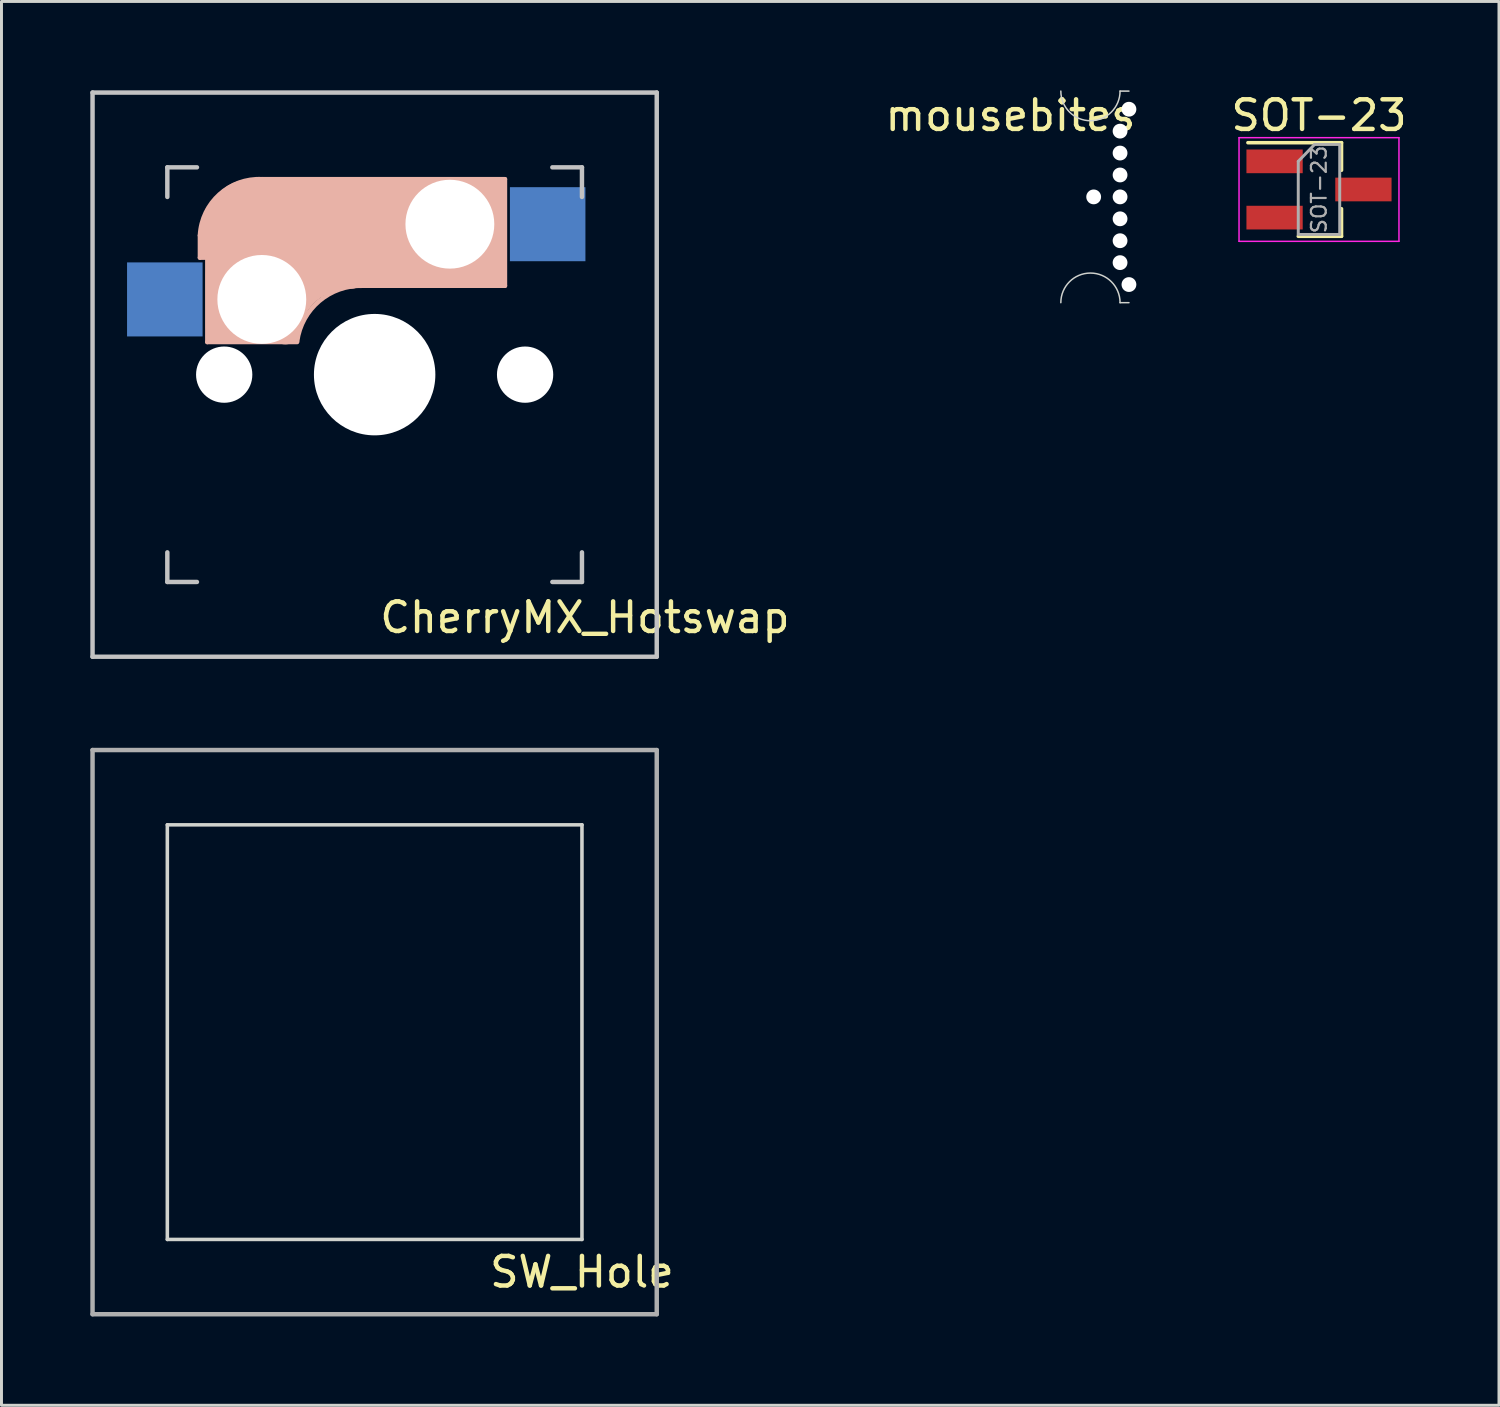
<source format=kicad_pcb>
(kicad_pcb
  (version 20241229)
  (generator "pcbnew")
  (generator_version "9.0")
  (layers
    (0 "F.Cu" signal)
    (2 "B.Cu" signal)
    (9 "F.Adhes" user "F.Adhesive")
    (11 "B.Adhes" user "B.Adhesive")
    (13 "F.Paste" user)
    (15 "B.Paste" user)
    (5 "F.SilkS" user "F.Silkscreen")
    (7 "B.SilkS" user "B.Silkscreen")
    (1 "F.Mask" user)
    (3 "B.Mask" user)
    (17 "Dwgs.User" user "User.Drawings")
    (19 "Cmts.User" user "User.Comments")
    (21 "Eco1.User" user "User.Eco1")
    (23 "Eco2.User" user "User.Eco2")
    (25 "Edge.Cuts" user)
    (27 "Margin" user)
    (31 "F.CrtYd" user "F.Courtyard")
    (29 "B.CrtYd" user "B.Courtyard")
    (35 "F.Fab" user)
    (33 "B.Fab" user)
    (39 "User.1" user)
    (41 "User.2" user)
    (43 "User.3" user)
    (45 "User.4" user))
  (footprint "SOT-23"
    (layer "F.Cu")
    (at 41.486 3.348)
    (property "Reference" "SOT-23" (at 0 -2.5 0) (layer "F.SilkS") (effects (font (size 1 1) (thickness 0.15))))
    (attr smd)
    (fp_line (start 0.76 -1.58) (end -2.4 -1.58) (stroke (width 0.12) (type solid)) (layer "F.SilkS"))
    (fp_line (start 0.76 -1.58) (end 0.76 -0.65) (stroke (width 0.12) (type solid)) (layer "F.SilkS"))
    (fp_line (start 0.76 1.58) (end -0.7 1.58) (stroke (width 0.12) (type solid)) (layer "F.SilkS"))
    (fp_line (start 0.76 1.58) (end 0.76 0.65) (stroke (width 0.12) (type solid)) (layer "F.SilkS"))
    (fp_line (start -2.7 -1.75) (end 2.7 -1.75) (stroke (width 0.05) (type solid)) (layer "F.CrtYd"))
    (fp_line (start -2.7 1.75) (end -2.7 -1.75) (stroke (width 0.05) (type solid)) (layer "F.CrtYd"))
    (fp_line (start 2.7 -1.75) (end 2.7 1.75) (stroke (width 0.05) (type solid)) (layer "F.CrtYd"))
    (fp_line (start 2.7 1.75) (end -2.7 1.75) (stroke (width 0.05) (type solid)) (layer "F.CrtYd"))
    (fp_line (start -0.7 -0.95) (end -0.7 1.5) (stroke (width 0.1) (type solid)) (layer "F.Fab"))
    (fp_line (start -0.7 -0.95) (end -0.15 -1.52) (stroke (width 0.1) (type solid)) (layer "F.Fab"))
    (fp_line (start -0.7 1.52) (end 0.7 1.52) (stroke (width 0.1) (type solid)) (layer "F.Fab"))
    (fp_line (start -0.15 -1.52) (end 0.7 -1.52) (stroke (width 0.1) (type solid)) (layer "F.Fab"))
    (fp_line (start 0.7 -1.52) (end 0.7 1.52) (stroke (width 0.1) (type solid)) (layer "F.Fab"))
    (fp_text user "${REFERENCE}" (at 0 0 90) (layer "F.Fab") (effects (font (size 0.5 0.5) (thickness 0.075))))
    (pad "1" smd rect (at -1.5 -0.95) (size 1.9 0.8) (layers "F.Cu" "F.Mask" "F.Paste"))
    (pad "2" smd rect (at -1.5 0.95) (size 1.9 0.8) (layers "F.Cu" "F.Mask" "F.Paste"))
    (pad "3" smd rect (at 1.5 0) (size 1.9 0.8) (layers "F.Cu" "F.Mask" "F.Paste")))
  (footprint "CherryMX_Hotswap"
    (layer "F.Cu")
    (at 9.6 9.6)
    (property "Reference" "CherryMX_Hotswap" (at 7.1 8.2 0) (layer "F.SilkS") (effects (font (size 1 1) (thickness 0.15))))
    (attr through_hole)
    (fp_line (start -5.9 -4.7) (end -5.9 -3.95) (stroke (width 0.15) (type solid)) (layer "B.SilkS"))
    (fp_line (start -5.9 -3.95) (end -5.7 -3.95) (stroke (width 0.15) (type solid)) (layer "B.SilkS"))
    (fp_line (start -5.8 -4.05) (end -5.8 -4.7) (stroke (width 0.3) (type solid)) (layer "B.SilkS"))
    (fp_line (start -5.65 -5.55) (end -5.65 -1.1) (stroke (width 0.15) (type solid)) (layer "B.SilkS"))
    (fp_line (start -5.65 -1.1) (end -2.62 -1.1) (stroke (width 0.15) (type solid)) (layer "B.SilkS"))
    (fp_line (start -5.45 -1.3) (end -3 -1.3) (stroke (width 0.5) (type solid)) (layer "B.SilkS"))
    (fp_line (start -5.3 -1.6) (end -5.3 -3.4) (stroke (width 0.8) (type solid)) (layer "B.SilkS"))
    (fp_line (start -4.17 -5.1) (end -4.17 -2.86) (stroke (width 3) (type solid)) (layer "B.SilkS"))
    (fp_line (start -0.4 -3) (end 4.4 -3) (stroke (width 0.15) (type solid)) (layer "B.SilkS"))
    (fp_line (start 2.6 -4.8) (end -4.1 -4.8) (stroke (width 3.5) (type solid)) (layer "B.SilkS"))
    (fp_line (start 3.9 -6) (end 3.9 -3.5) (stroke (width 1) (type solid)) (layer "B.SilkS"))
    (fp_line (start 4.2 -3.25) (end 2.9 -3.3) (stroke (width 0.5) (type solid)) (layer "B.SilkS"))
    (fp_line (start 4.25 -6.4) (end 3 -6.4) (stroke (width 0.4) (type solid)) (layer "B.SilkS"))
    (fp_line (start 4.38 -4) (end 4.38 -6.25) (stroke (width 0.15) (type solid)) (layer "B.SilkS"))
    (fp_line (start 4.4 -6.6) (end -3.8 -6.6) (stroke (width 0.15) (type solid)) (layer "B.SilkS"))
    (fp_line (start 4.4 -3) (end 4.4 -6.6) (stroke (width 0.15) (type solid)) (layer "B.SilkS"))
    (fp_arc (start -5.9 -4.699999) (mid -5.243504 -6.084924) (end -3.800001 -6.6) (stroke (width 0.15) (type solid)) (layer "B.SilkS"))
    (fp_arc (start -3.016318 -1.521471) (mid -2.268709 -2.886118) (end -0.8 -3.4) (stroke (width 1) (type solid)) (layer "B.SilkS"))
    (fp_arc (start -2.616318 -1.121471) (mid -1.868709 -2.486118) (end -0.4 -3) (stroke (width 0.15) (type solid)) (layer "B.SilkS"))
    (fp_line (start -9.525 -9.525) (end 9.525 -9.525) (stroke (width 0.15) (type solid)) (layer "Dwgs.User"))
    (fp_line (start -9.525 9.525) (end -9.525 -9.525) (stroke (width 0.15) (type solid)) (layer "Dwgs.User"))
    (fp_line (start -7 -7) (end -6 -7) (stroke (width 0.15) (type solid)) (layer "Dwgs.User"))
    (fp_line (start -7 -6) (end -7 -7) (stroke (width 0.15) (type solid)) (layer "Dwgs.User"))
    (fp_line (start -7 6) (end -7 7) (stroke (width 0.15) (type solid)) (layer "Dwgs.User"))
    (fp_line (start -7 7) (end -6 7) (stroke (width 0.15) (type solid)) (layer "Dwgs.User"))
    (fp_line (start 6 7) (end 7 7) (stroke (width 0.15) (type solid)) (layer "Dwgs.User"))
    (fp_line (start 7 -7) (end 6 -7) (stroke (width 0.15) (type solid)) (layer "Dwgs.User"))
    (fp_line (start 7 -7) (end 7 -6) (stroke (width 0.15) (type solid)) (layer "Dwgs.User"))
    (fp_line (start 7 7) (end 7 6) (stroke (width 0.15) (type solid)) (layer "Dwgs.User"))
    (fp_line (start 9.525 -9.525) (end 9.525 9.525) (stroke (width 0.15) (type solid)) (layer "Dwgs.User"))
    (fp_line (start 9.525 9.525) (end -9.525 9.525) (stroke (width 0.15) (type solid)) (layer "Dwgs.User"))
    (fp_poly (pts (xy 7.144 -7.144) (xy -7.144 -7.144) (xy -7.144 -4.763) (xy -8.334 -3.572) (xy -8.334 -1.191) (xy -7.144 -1.191) (xy -5.953 0) (xy -5.953 0.595) (xy -4.763 1.191) (xy -2.381 1.191) (xy 0 2.381) (xy 2.381 1.191) (xy 4.763 1.191) (xy 5.953 0.595) (xy 5.953 0) (xy 7.144 -1.191) (xy 8.334 -1.191) (xy 8.334 -3.572) (xy 7.144 -4.763)) (stroke (width 0.12) (type solid)) (fill no) (layer "User.1"))
    (fp_poly (pts (xy 7.144 -8.334) (xy 4.763 -8.334) (xy 3.572 -9.525) (xy -3.572 -9.525) (xy -5.953 -7.144) (xy -7.144 -7.144) (xy -7.144 -5.953) (xy -8.334 -5.953) (xy -9.525 -4.763) (xy -9.525 0) (xy -8.334 1.191) (xy -7.144 1.191) (xy -7.144 7.144) (xy 7.144 7.144) (xy 7.144 -1.191) (xy 8.334 -2.381) (xy 8.334 -7.144)) (stroke (width 0.12) (type dash_dot_dot)) (fill no) (layer "User.2"))
    (fp_poly (pts (xy -7.144 -8.334) (xy -4.763 -8.334) (xy -3.572 -9.525) (xy 3.572 -9.525) (xy 4.763 -8.334) (xy 7.144 -8.334) (xy 8.334 -7.144) (xy 8.334 -5.953) (xy 9.525 -4.763) (xy 9.525 0) (xy 8.334 1.191) (xy 7.144 1.191) (xy 7.144 7.144) (xy -7.144 7.144) (xy -7.144 1.191) (xy -8.334 1.191) (xy -9.525 0) (xy -9.525 -4.763) (xy -8.334 -5.953) (xy -8.334 -7.144)) (stroke (width 0.12) (type dot)) (fill no) (layer "User.2"))
    (fp_poly (pts (xy 3.572 -7.144) (xy 3.572 7.144) (xy 2.381 8.334) (xy -2.381 8.334) (xy -3.572 7.144) (xy -3.572 -7.144) (xy -2.381 -8.334) (xy 2.381 -8.334)) (stroke (width 0.1) (type solid)) (fill no) (layer "User.3"))
    (fp_poly (pts (xy 7.144 7.144) (xy -7.144 7.144) (xy -7.144 -7.144) (xy 7.144 -7.144)) (stroke (width 0.1) (type solid)) (fill no) (layer "User.4"))
    (pad "" np_thru_hole circle (at -5.08 0) (size 1.9 1.9) (drill 1.9) (layers "*.Cu" "*.Mask"))
    (pad "" np_thru_hole circle (at -3.81 -2.54) (size 3 3) (drill 3) (layers "*.Cu" "*.Mask"))
    (pad "" np_thru_hole circle (at 0 0 90) (size 4.1 4.1) (drill 4.1) (layers "*.Cu" "*.Mask"))
    (pad "" np_thru_hole circle (at 2.54 -5.08) (size 3 3) (drill 3) (layers "*.Cu" "*.Mask"))
    (pad "" np_thru_hole circle (at 5.08 0) (size 1.9 1.9) (drill 1.9) (layers "*.Cu" "*.Mask"))
    (pad "1" smd rect (at -7.085 -2.54 180) (size 2.55 2.5) (layers "B.Cu" "B.Mask" "B.Paste"))
    (pad "2" smd rect (at 5.842 -5.08 180) (size 2.55 2.5) (layers "B.Cu" "B.Mask" "B.Paste")))
  (footprint "mousebites"
    (layer "F.Cu")
    (at 35.069 3.598)
    (property "Reference" "mousebites" (at -4 -2.75 0) (layer "F.SilkS") (effects (font (size 1 1) (thickness 0.15))))
    (attr exclude_from_pos_files exclude_from_bom)
    (fp_line (start 0 -3.572) (end -0.3 -3.572) (stroke (width 0.05) (type default)) (layer "Edge.Cuts"))
    (fp_line (start 0 3.572) (end -0.3 3.572) (stroke (width 0.05) (type default)) (layer "Edge.Cuts"))
    (fp_arc (start -2.3 3.571875) (mid -1.3 2.571875) (end -0.3 3.571875) (stroke (width 0.05) (type solid)) (layer "Edge.Cuts"))
    (fp_arc (start -0.3 -3.571875) (mid -1.3 -2.571875) (end -2.3 -3.571875) (stroke (width 0.05) (type solid)) (layer "Edge.Cuts"))
    (pad "" np_thru_hole circle (at -1.191 0) (size 0.5 0.5) (drill 0.5) (layers "*.Cu" "*.Mask"))
    (pad "" np_thru_hole circle (at -0.3 -2.22) (size 0.5 0.5) (drill 0.5) (layers "*.Cu" "*.Mask"))
    (pad "" np_thru_hole circle (at -0.3 -1.48) (size 0.5 0.5) (drill 0.5) (layers "*.Cu" "*.Mask"))
    (pad "" np_thru_hole circle (at -0.3 -0.74) (size 0.5 0.5) (drill 0.5) (layers "*.Cu" "*.Mask"))
    (pad "" np_thru_hole circle (at -0.3 0 180) (size 0.5 0.5) (drill 0.5) (layers "*.Cu" "*.Mask"))
    (pad "" np_thru_hole circle (at -0.3 0.74 180) (size 0.5 0.5) (drill 0.5) (layers "*.Cu" "*.Mask"))
    (pad "" np_thru_hole circle (at -0.3 1.48 180) (size 0.5 0.5) (drill 0.5) (layers "*.Cu" "*.Mask"))
    (pad "" np_thru_hole circle (at -0.3 2.22 180) (size 0.5 0.5) (drill 0.5) (layers "*.Cu" "*.Mask"))
    (pad "" np_thru_hole circle (at 0 -2.96) (size 0.5 0.5) (drill 0.5) (layers "*.Cu" "*.Mask"))
    (pad "" np_thru_hole circle (at 0 2.96 180) (size 0.5 0.5) (drill 0.5) (layers "*.Cu" "*.Mask")))
  (footprint "SW_Hole"
    (layer "F.Cu")
    (at 9.6 31.8)
    (property "Reference" "SW_Hole" (at 7 8.1 0) (layer "F.SilkS") (effects (font (size 1 1) (thickness 0.15))))
    (attr through_hole)
    (fp_line (start -7 -7) (end -7 7) (stroke (width 0.12) (type solid)) (layer "Edge.Cuts"))
    (fp_line (start -7 7) (end 7 7) (stroke (width 0.12) (type solid)) (layer "Edge.Cuts"))
    (fp_line (start 7 -7) (end -7 -7) (stroke (width 0.12) (type solid)) (layer "Edge.Cuts"))
    (fp_line (start 7 7) (end 7 -7) (stroke (width 0.12) (type solid)) (layer "Edge.Cuts"))
    (fp_line (start -9.525 -9.525) (end -9.525 9.525) (stroke (width 0.15) (type solid)) (layer "F.Fab"))
    (fp_line (start -9.525 9.525) (end 9.525 9.525) (stroke (width 0.15) (type solid)) (layer "F.Fab"))
    (fp_line (start 9.525 -9.525) (end -9.525 -9.525) (stroke (width 0.15) (type solid)) (layer "F.Fab"))
    (fp_line (start 9.525 9.525) (end 9.525 -9.525) (stroke (width 0.15) (type solid)) (layer "F.Fab")))
  (gr_rect
    (start -3 -3)
    (end 47.563 44.4)
    (stroke (width 0.1) (type default))
    (fill no)
    (layer "Edge.Cuts")))
</source>
